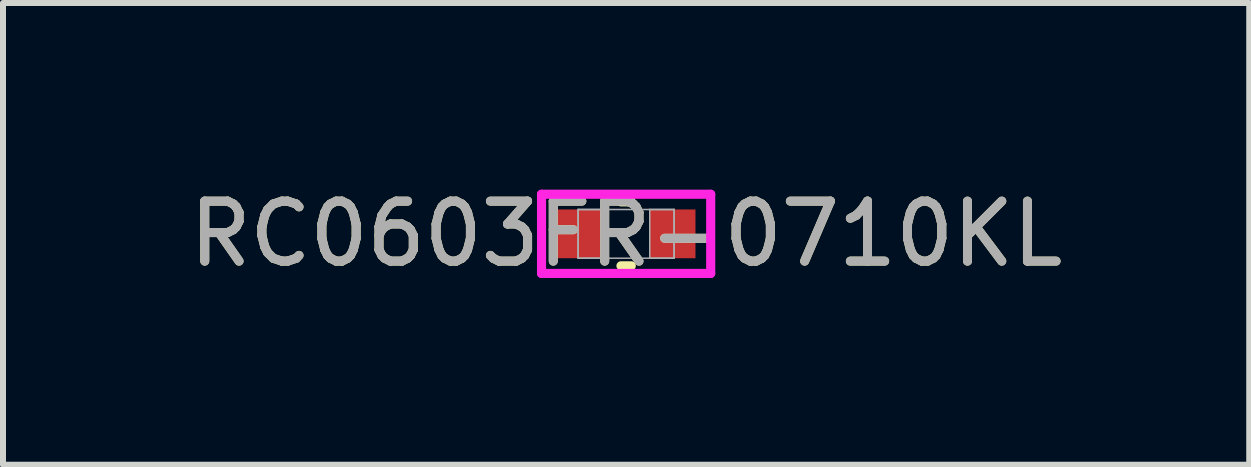
<source format=kicad_pcb>
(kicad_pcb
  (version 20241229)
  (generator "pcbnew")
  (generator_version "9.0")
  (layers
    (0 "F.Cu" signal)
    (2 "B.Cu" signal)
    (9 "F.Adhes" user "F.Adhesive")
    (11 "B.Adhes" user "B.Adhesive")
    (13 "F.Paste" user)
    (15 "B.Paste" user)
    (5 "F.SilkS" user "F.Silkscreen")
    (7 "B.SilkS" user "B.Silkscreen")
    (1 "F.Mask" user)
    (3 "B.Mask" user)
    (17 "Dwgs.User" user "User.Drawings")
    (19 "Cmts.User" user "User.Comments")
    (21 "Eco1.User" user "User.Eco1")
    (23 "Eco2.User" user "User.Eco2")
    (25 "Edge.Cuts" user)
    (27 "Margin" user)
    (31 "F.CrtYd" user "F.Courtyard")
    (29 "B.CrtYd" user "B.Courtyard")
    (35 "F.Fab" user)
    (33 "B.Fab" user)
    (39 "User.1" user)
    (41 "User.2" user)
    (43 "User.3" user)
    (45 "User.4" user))
  (footprint "RC0603FR-0710KL"
    (layer "F.Cu")
    (at 7.387 0.848)
    (property "Reference" "RC0603FR-0710KL" (at 0 0 0) (unlocked yes) (layer "F.SilkS") (effects (font (size 1 1) (thickness 0.15))))
    (attr smd)
    (fp_line (start -0.086 0.533) (end 0.086 0.533) (stroke (width 0.152) (type solid)) (layer "F.SilkS"))
    (fp_line (start 0.086 -0.533) (end -0.086 -0.533) (stroke (width 0.152) (type solid)) (layer "F.SilkS"))
    (fp_line (start -1.41 -0.66) (end 1.41 -0.66) (stroke (width 0.152) (type solid)) (layer "F.CrtYd"))
    (fp_line (start -1.41 0.66) (end -1.41 -0.66) (stroke (width 0.152) (type solid)) (layer "F.CrtYd"))
    (fp_line (start 1.41 -0.66) (end 1.41 0.66) (stroke (width 0.152) (type solid)) (layer "F.CrtYd"))
    (fp_line (start 1.41 0.66) (end -1.41 0.66) (stroke (width 0.152) (type solid)) (layer "F.CrtYd"))
    (fp_line (start -0.8 -0.406) (end -0.8 0.406) (stroke (width 0.025) (type solid)) (layer "F.Fab"))
    (fp_line (start -0.8 -0.406) (end -0.8 0.406) (stroke (width 0.025) (type solid)) (layer "F.Fab"))
    (fp_line (start -0.8 0.406) (end -0.394 0.406) (stroke (width 0.025) (type solid)) (layer "F.Fab"))
    (fp_line (start -0.8 0.406) (end 0.8 0.406) (stroke (width 0.025) (type solid)) (layer "F.Fab"))
    (fp_line (start -0.394 -0.406) (end -0.8 -0.406) (stroke (width 0.025) (type solid)) (layer "F.Fab"))
    (fp_line (start -0.394 0.406) (end -0.394 -0.406) (stroke (width 0.025) (type solid)) (layer "F.Fab"))
    (fp_line (start 0.394 -0.406) (end 0.394 0.406) (stroke (width 0.025) (type solid)) (layer "F.Fab"))
    (fp_line (start 0.394 0.406) (end 0.8 0.406) (stroke (width 0.025) (type solid)) (layer "F.Fab"))
    (fp_line (start 0.8 -0.406) (end -0.8 -0.406) (stroke (width 0.025) (type solid)) (layer "F.Fab"))
    (fp_line (start 0.8 -0.406) (end 0.394 -0.406) (stroke (width 0.025) (type solid)) (layer "F.Fab"))
    (fp_line (start 0.8 0.406) (end 0.8 -0.406) (stroke (width 0.025) (type solid)) (layer "F.Fab"))
    (fp_line (start 0.8 0.406) (end 0.8 -0.406) (stroke (width 0.025) (type solid)) (layer "F.Fab"))
    (fp_text user "${REFERENCE}" (at 0 0 0) (unlocked yes) (layer "F.Fab") (effects (font (size 1 1) (thickness 0.15))))
    (pad "1" smd rect (at -0.775 0) (size 0.762 0.813) (layers "F.Cu" "F.Mask" "F.Paste"))
    (pad "2" smd rect (at 0.775 0) (size 0.762 0.813) (layers "F.Cu" "F.Mask" "F.Paste"))
    (zone (net_name "") (layer "F.Cu") (hatch full 0.508) (connect_pads) (min_thickness 0.254) (filled_areas_thickness no) (keepout (tracks not_allowed) (vias not_allowed) (pads allowed) (copperpour not_allowed) (footprints allowed)) (placement (enabled no)) (fill) (polygon (pts (xy 7.044 0.493) (xy 7.73 0.493) (xy 7.73 1.204) (xy 7.044 1.204)))))
  (gr_rect
    (start -3 -3)
    (end 17.774 4.697)
    (stroke (width 0.1) (type default))
    (fill no)
    (layer "Edge.Cuts")))
</source>
